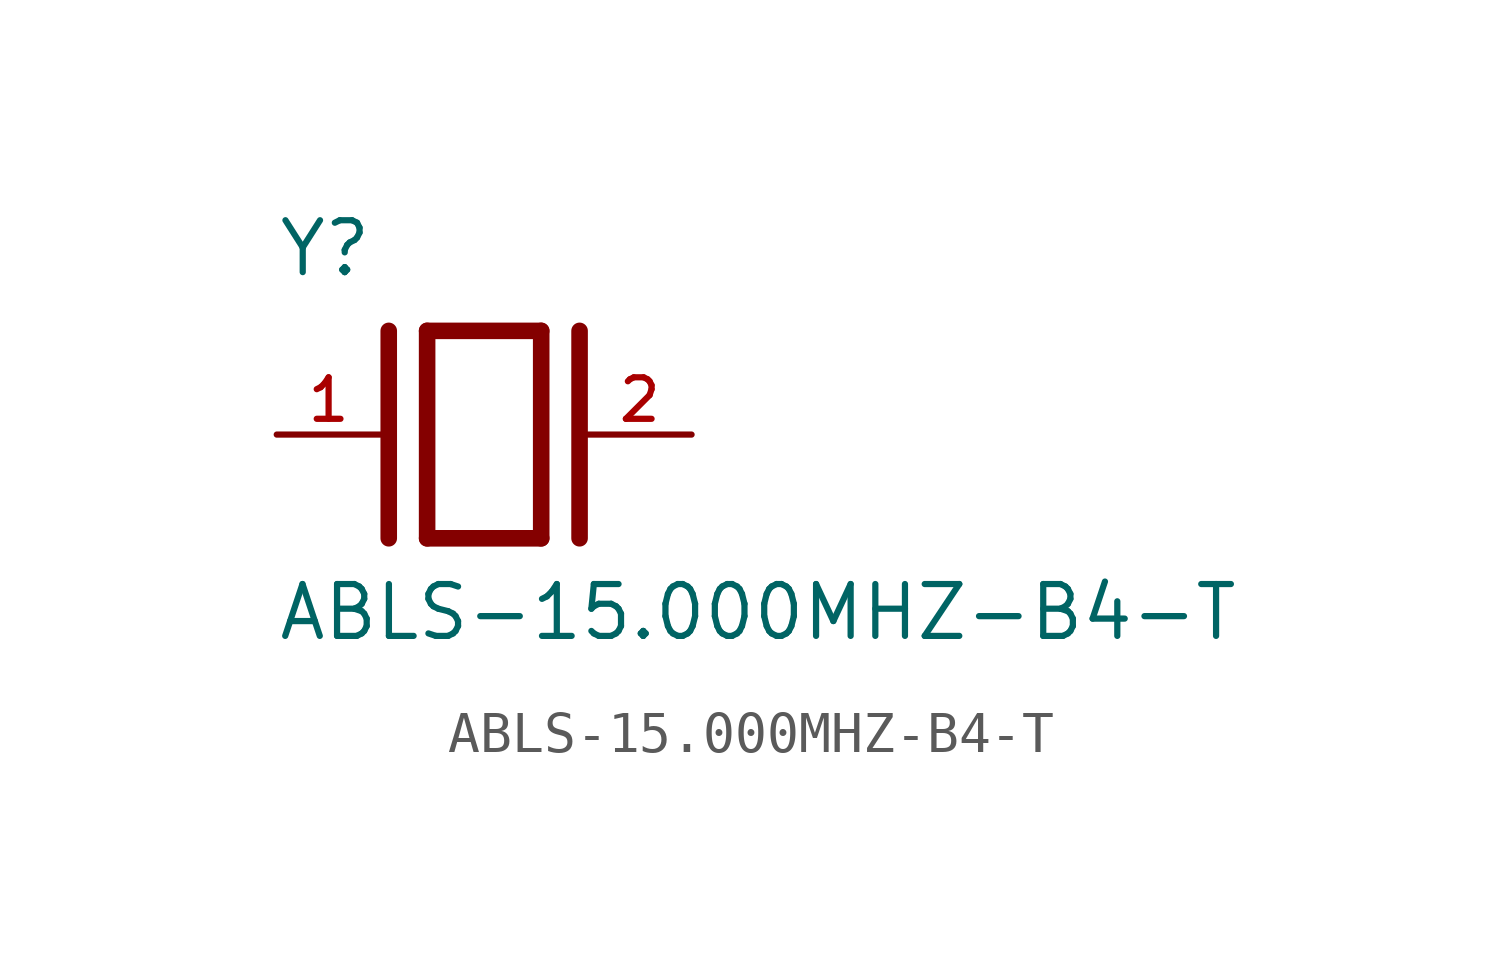
<source format=kicad_sym>
(kicad_symbol_lib
  (version 20211014)
  (generator kicad_symbol_editor)
  (symbol "ABLS-15.000MHZ-B4-T"
    (pin_names
      (offset 1.016))
    (property "Reference" "Y"
      (at -5.088 3.816 0)
      (effects (font (size 1.27 1.27)) (justify bottom left)))
    (property "Value" "ABLS-15.000MHZ-B4-T"
      (at -5.094 -5.094 0)
      (effects (font (size 1.27 1.27)) (justify bottom left)))
    (symbol "ABLS-15.000MHZ-B4-T_0_0"
      (polyline (pts (xy -1.397 2.54) (xy 1.397 2.54)) (stroke (width 0.406)))
      (polyline (pts (xy 1.397 2.54) (xy 1.397 -2.54)) (stroke (width 0.406)))
      (polyline (pts (xy 1.397 -2.54) (xy -1.397 -2.54)) (stroke (width 0.406)))
      (polyline (pts (xy -1.397 2.54) (xy -1.397 -2.54)) (stroke (width 0.406)))
      (polyline (pts (xy 2.337 2.54) (xy 2.337 -2.54)) (stroke (width 0.406)))
      (polyline (pts (xy -2.337 2.54) (xy -2.337 -2.54)) (stroke (width 0.406)))
      (pin passive line (at 5.08 0.0 180.0) (length 2.54) (name "~" (effects (font (size 1.016 1.016)))) (number "2" (effects (font (size 1.016 1.016)))))
      (pin passive line (at -5.08 0.0 0) (length 2.54) (name "~" (effects (font (size 1.016 1.016)))) (number "1" (effects (font (size 1.016 1.016))))))))
</source>
